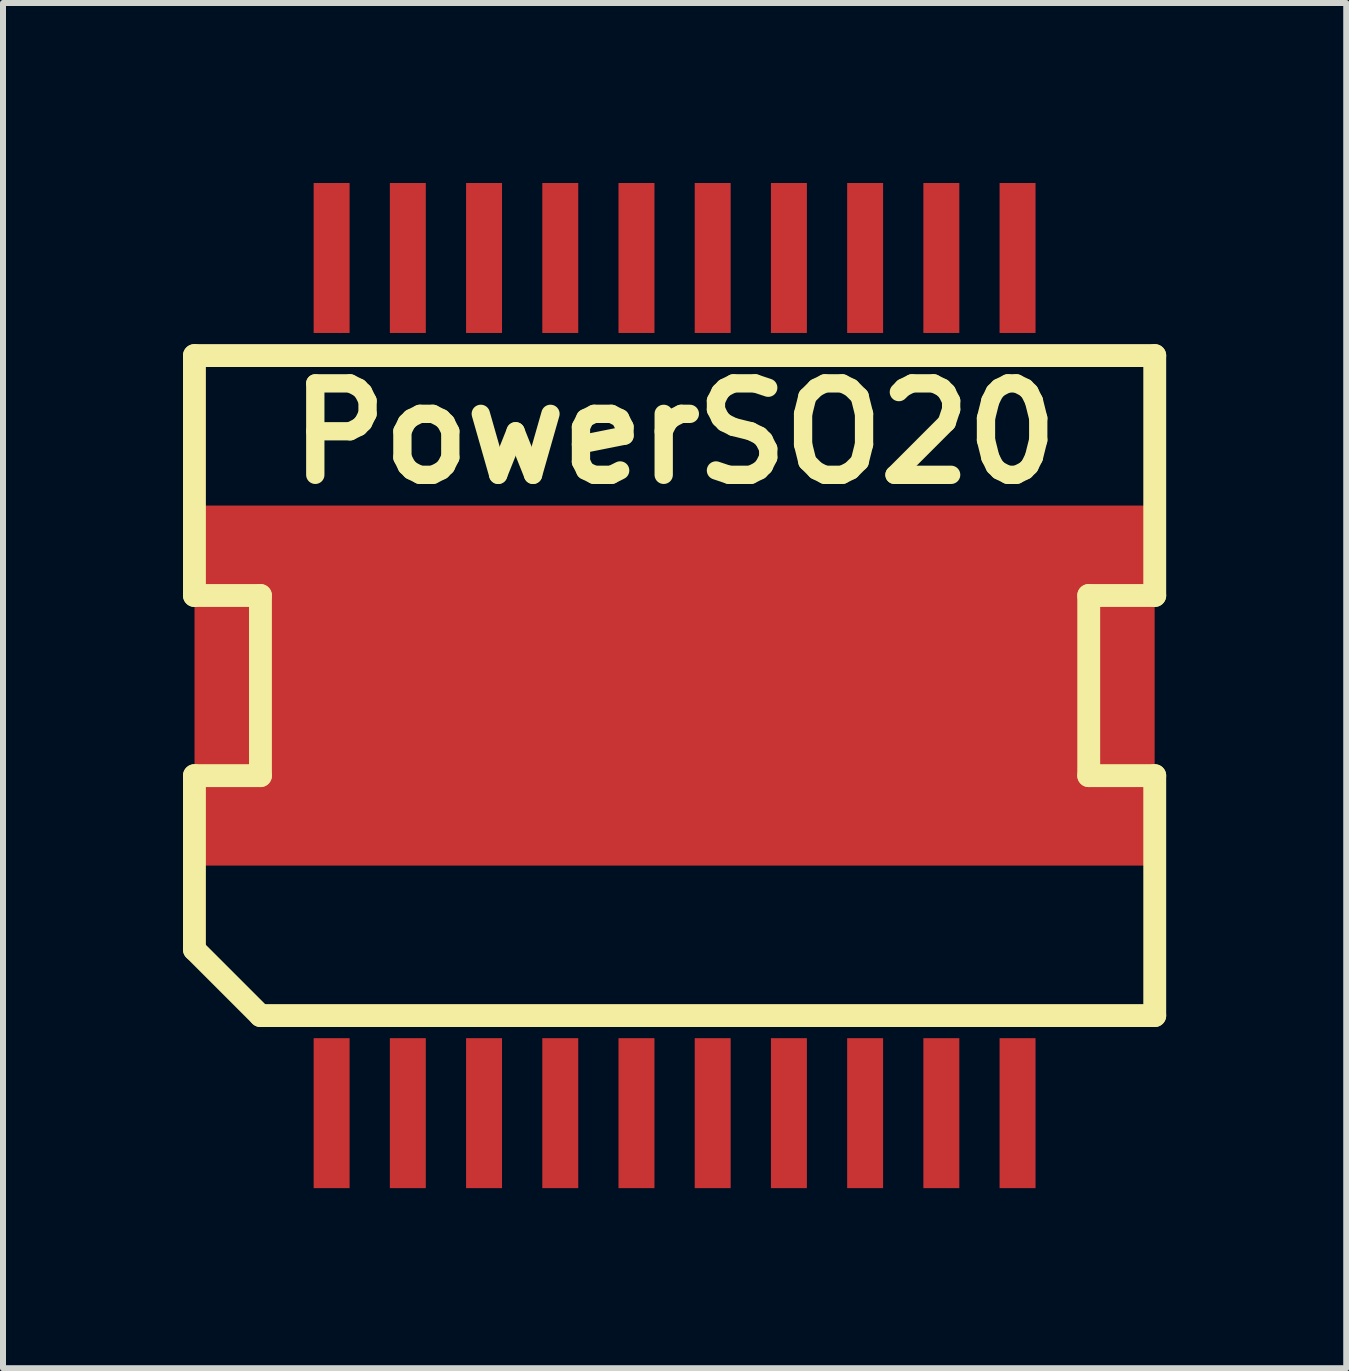
<source format=kicad_pcb>
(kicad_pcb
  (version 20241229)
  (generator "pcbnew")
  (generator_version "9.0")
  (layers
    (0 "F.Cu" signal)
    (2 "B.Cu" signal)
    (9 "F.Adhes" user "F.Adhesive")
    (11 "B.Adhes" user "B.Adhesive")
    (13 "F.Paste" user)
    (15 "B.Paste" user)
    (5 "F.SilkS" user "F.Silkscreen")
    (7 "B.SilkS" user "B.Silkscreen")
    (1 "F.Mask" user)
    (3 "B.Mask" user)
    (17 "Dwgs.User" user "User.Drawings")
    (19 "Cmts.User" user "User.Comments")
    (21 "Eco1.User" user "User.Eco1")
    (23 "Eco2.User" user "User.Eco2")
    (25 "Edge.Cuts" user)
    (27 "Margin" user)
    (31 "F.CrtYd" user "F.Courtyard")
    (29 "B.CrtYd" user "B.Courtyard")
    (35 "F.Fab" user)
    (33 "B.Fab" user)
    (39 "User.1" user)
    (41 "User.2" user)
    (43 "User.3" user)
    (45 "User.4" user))
  (footprint "PowerSO20"
    (layer "F.Cu")
    (at 8.191 8.374)
    (property "Reference" "PowerSO20" (at 0 -4.201 0) (layer "F.SilkS") (effects (font (size 1.524 1.524) (thickness 0.305))))
    (attr through_hole)
    (fp_line (start -8.001 -5.499) (end 8.001 -5.499) (stroke (width 0.381) (type solid)) (layer "F.SilkS"))
    (fp_line (start -8.001 -1.501) (end -8.001 -5.499) (stroke (width 0.381) (type solid)) (layer "F.SilkS"))
    (fp_line (start -8.001 -1.501) (end -6.901 -1.501) (stroke (width 0.381) (type solid)) (layer "F.SilkS"))
    (fp_line (start -8.001 1.501) (end -8.001 4.399) (stroke (width 0.381) (type solid)) (layer "F.SilkS"))
    (fp_line (start -6.901 -1.501) (end -6.901 1.501) (stroke (width 0.381) (type solid)) (layer "F.SilkS"))
    (fp_line (start -6.901 1.501) (end -8.001 1.501) (stroke (width 0.381) (type solid)) (layer "F.SilkS"))
    (fp_line (start -6.901 5.499) (end -8.001 4.399) (stroke (width 0.381) (type solid)) (layer "F.SilkS"))
    (fp_line (start -6.901 5.499) (end 8.001 5.499) (stroke (width 0.381) (type solid)) (layer "F.SilkS"))
    (fp_line (start 6.901 -1.501) (end 6.901 1.501) (stroke (width 0.381) (type solid)) (layer "F.SilkS"))
    (fp_line (start 6.901 1.501) (end 8.001 1.501) (stroke (width 0.381) (type solid)) (layer "F.SilkS"))
    (fp_line (start 8.001 -5.499) (end 8.001 -1.501) (stroke (width 0.381) (type solid)) (layer "F.SilkS"))
    (fp_line (start 8.001 -1.501) (end 6.901 -1.501) (stroke (width 0.381) (type solid)) (layer "F.SilkS"))
    (fp_line (start 8.001 1.501) (end 8.001 5.499) (stroke (width 0.381) (type solid)) (layer "F.SilkS"))
    (pad "1" smd rect (at -5.715 7.125) (size 0.599 2.499) (layers "F.Cu" "F.Mask" "F.Paste"))
    (pad "2" smd rect (at -4.445 7.125) (size 0.599 2.499) (layers "F.Cu" "F.Mask" "F.Paste"))
    (pad "3" smd rect (at -3.175 7.125) (size 0.599 2.499) (layers "F.Cu" "F.Mask" "F.Paste"))
    (pad "4" smd rect (at -1.905 7.125) (size 0.599 2.499) (layers "F.Cu" "F.Mask" "F.Paste"))
    (pad "5" smd rect (at -0.635 7.125) (size 0.599 2.499) (layers "F.Cu" "F.Mask" "F.Paste"))
    (pad "6" smd rect (at 0.635 7.125) (size 0.599 2.499) (layers "F.Cu" "F.Mask" "F.Paste"))
    (pad "7" smd rect (at 1.905 7.125) (size 0.599 2.499) (layers "F.Cu" "F.Mask" "F.Paste"))
    (pad "8" smd rect (at 3.175 7.125) (size 0.599 2.499) (layers "F.Cu" "F.Mask" "F.Paste"))
    (pad "9" smd rect (at 4.445 7.125) (size 0.599 2.499) (layers "F.Cu" "F.Mask" "F.Paste"))
    (pad "10" smd rect (at 5.715 7.125) (size 0.599 2.499) (layers "F.Cu" "F.Mask" "F.Paste"))
    (pad "11" smd rect (at 5.715 -7.125) (size 0.599 2.499) (layers "F.Cu" "F.Mask" "F.Paste"))
    (pad "12" smd rect (at 4.445 -7.125) (size 0.599 2.499) (layers "F.Cu" "F.Mask" "F.Paste"))
    (pad "13" smd rect (at 3.175 -7.125) (size 0.599 2.499) (layers "F.Cu" "F.Mask" "F.Paste"))
    (pad "14" smd rect (at 1.905 -7.125) (size 0.599 2.499) (layers "F.Cu" "F.Mask" "F.Paste"))
    (pad "15" smd rect (at 0.635 -7.125) (size 0.599 2.499) (layers "F.Cu" "F.Mask" "F.Paste"))
    (pad "16" smd rect (at -0.635 -7.125) (size 0.599 2.499) (layers "F.Cu" "F.Mask" "F.Paste"))
    (pad "17" smd rect (at -1.905 -7.125) (size 0.599 2.499) (layers "F.Cu" "F.Mask" "F.Paste"))
    (pad "18" smd rect (at -3.175 -7.125) (size 0.599 2.499) (layers "F.Cu" "F.Mask" "F.Paste"))
    (pad "19" smd rect (at -4.445 -7.125) (size 0.599 2.499) (layers "F.Cu" "F.Mask" "F.Paste"))
    (pad "20" smd rect (at -5.715 -7.125) (size 0.599 2.499) (layers "F.Cu" "F.Mask" "F.Paste"))
    (pad "21" smd rect (at 0 0) (size 15.999 5.999) (layers "F.Cu" "F.Mask" "F.Paste")))
  (gr_rect
    (start -3 -3)
    (end 19.383 19.749)
    (stroke (width 0.1) (type default))
    (fill no)
    (layer "Edge.Cuts")))
</source>
